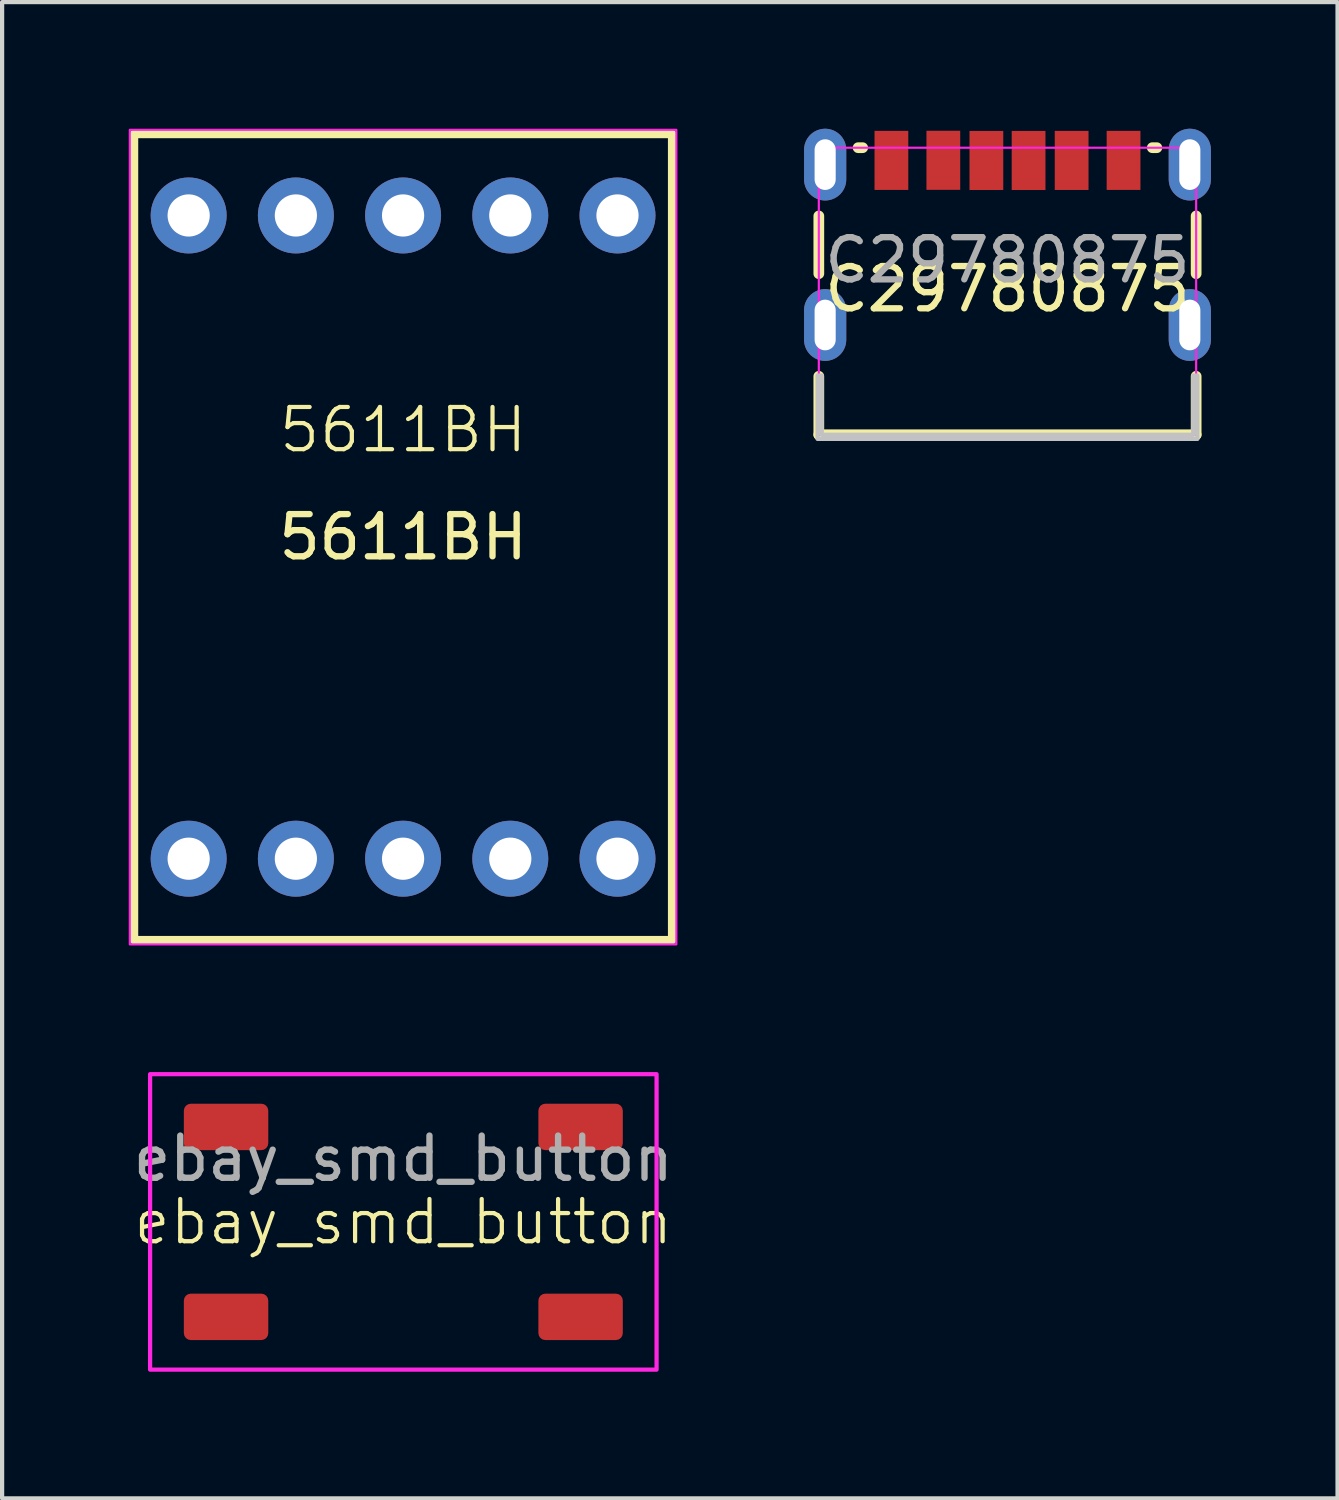
<source format=kicad_pcb>
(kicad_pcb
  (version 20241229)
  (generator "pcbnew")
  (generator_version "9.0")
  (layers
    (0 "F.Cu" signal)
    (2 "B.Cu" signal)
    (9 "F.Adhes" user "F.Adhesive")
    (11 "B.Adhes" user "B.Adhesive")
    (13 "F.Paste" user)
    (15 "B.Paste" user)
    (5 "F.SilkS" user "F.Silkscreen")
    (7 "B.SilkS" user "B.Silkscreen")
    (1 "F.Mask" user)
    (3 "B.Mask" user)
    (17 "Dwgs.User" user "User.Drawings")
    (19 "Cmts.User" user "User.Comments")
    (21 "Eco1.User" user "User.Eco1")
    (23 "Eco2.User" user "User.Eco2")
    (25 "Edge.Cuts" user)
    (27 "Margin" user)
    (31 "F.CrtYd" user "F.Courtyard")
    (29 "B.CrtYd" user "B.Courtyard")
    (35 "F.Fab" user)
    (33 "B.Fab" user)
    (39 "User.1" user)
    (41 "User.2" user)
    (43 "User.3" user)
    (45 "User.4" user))
  (footprint "ebay_smd_button"
    (layer "F.Cu")
    (at 6.506 25.9)
    (property "Reference" "ebay_smd_button" (at 0 0 0) (unlocked yes) (layer "F.SilkS") (effects (font (size 1 1) (thickness 0.1))))
    (attr through_hole)
    (fp_rect (start -6 -3.5) (end 6 3.5) (stroke (width 0.1) (type solid)) (fill no) (layer "F.CrtYd"))
    (fp_text user "${REFERENCE}" (at 0 -1.5 0) (unlocked yes) (layer "F.Fab") (effects (font (size 1 1) (thickness 0.15))))
    (pad "1" smd roundrect (at -4.2 -2.25) (size 2 1.1) (layers "F.Cu" "F.Mask" "F.Paste") (roundrect_rratio 0.15))
    (pad "1" smd roundrect (at 4.2 -2.25) (size 2 1.1) (layers "F.Cu" "F.Mask" "F.Paste") (roundrect_rratio 0.15))
    (pad "2" smd roundrect (at -4.2 2.25) (size 2 1.1) (layers "F.Cu" "F.Mask" "F.Paste") (roundrect_rratio 0.15))
    (pad "2" smd roundrect (at 4.2 2.25) (size 2 1.1) (layers "F.Cu" "F.Mask" "F.Paste") (roundrect_rratio 0.15)))
  (footprint "C29780875"
    (layer "F.Cu")
    (at 20.82 2.699)
    (property "Reference" "C29780875" (at 0 1.1 0) (layer "F.SilkS") (effects (font (size 1 1) (thickness 0.15))))
    (fp_line (start -4.47 0.735) (end -4.47 -0.632) (stroke (width 0.254) (type default)) (layer "F.SilkS"))
    (fp_line (start -4.47 4.551) (end -4.47 3.167) (stroke (width 0.254) (type default)) (layer "F.SilkS"))
    (fp_line (start -3.539 -2.25) (end -3.431 -2.25) (stroke (width 0.254) (type default)) (layer "F.SilkS"))
    (fp_line (start 3.431 -2.25) (end 3.539 -2.25) (stroke (width 0.254) (type default)) (layer "F.SilkS"))
    (fp_line (start 4.47 0.735) (end 4.47 -0.632) (stroke (width 0.254) (type default)) (layer "F.SilkS"))
    (fp_line (start 4.47 4.551) (end -4.47 4.551) (stroke (width 0.254) (type default)) (layer "F.SilkS"))
    (fp_line (start 4.47 4.551) (end 4.47 3.167) (stroke (width 0.254) (type default)) (layer "F.SilkS"))
    (fp_poly (pts (xy -3.15 -2.649) (xy -3.15 -1.249) (xy -2.35 -1.249) (xy -2.35 -2.649)) (stroke (width 0) (type default)) (fill yes) (layer "F.Paste"))
    (fp_poly (pts (xy -1.12 -1.251) (xy -1.12 -2.651) (xy -1.92 -2.651) (xy -1.92 -1.251)) (stroke (width 0) (type default)) (fill yes) (layer "F.Paste"))
    (fp_poly (pts (xy -0.1 -1.247) (xy -0.1 -2.647) (xy -0.9 -2.647) (xy -0.9 -1.247)) (stroke (width 0) (type default)) (fill yes) (layer "F.Paste"))
    (fp_poly (pts (xy 0.9 -1.247) (xy 0.9 -2.647) (xy 0.1 -2.647) (xy 0.1 -1.247)) (stroke (width 0) (type default)) (fill yes) (layer "F.Paste"))
    (fp_poly (pts (xy 1.12 -2.648) (xy 1.12 -1.248) (xy 1.92 -1.248) (xy 1.92 -2.648)) (stroke (width 0) (type default)) (fill yes) (layer "F.Paste"))
    (fp_poly (pts (xy 3.15 -1.249) (xy 3.15 -2.649) (xy 2.35 -2.649) (xy 2.35 -1.249)) (stroke (width 0) (type default)) (fill yes) (layer "F.Paste"))
    (fp_poly (pts (xy -4.5 4.65) (xy -4.5 3.19) (xy -4.5 3.15) (xy -4.4 3.15) (xy -4.4 4.55) (xy 4.4 4.55) (xy 4.4 3.15) (xy 4.5 3.15) (xy 4.5 4.65)) (stroke (width 0.1) (type default)) (fill no) (layer "Dwgs.User"))
    (fp_line (start -4.47 -2.249) (end 4.47 -2.249) (stroke (width 0.051) (type solid)) (layer "F.CrtYd"))
    (fp_line (start -4.47 4.551) (end -4.47 -2.249) (stroke (width 0.051) (type solid)) (layer "F.CrtYd"))
    (fp_line (start 4.47 -2.249) (end 4.47 4.551) (stroke (width 0.051) (type solid)) (layer "F.CrtYd"))
    (fp_line (start 4.47 4.551) (end -4.47 4.551) (stroke (width 0.051) (type solid)) (layer "F.CrtYd"))
    (fp_poly (pts (xy -4.415 -2.474) (xy -4.447 -2.506) (xy -4.493 -2.506) (xy -4.525 -2.474) (xy -4.525 -2.428) (xy -4.493 -2.396) (xy -4.447 -2.396) (xy -4.415 -2.428)) (stroke (width 0.1) (type default)) (fill no) (layer "User.3"))
    (fp_text user "${REFERENCE}" (at 0 1 0) (unlocked yes) (layer "F.Fab") (effects (font (size 1 1) (thickness 0.15)) (justify bottom)))
    (pad "A5" smd rect (at -0.5 -1.947) (size 0.8 1.4) (layers "F.Cu" "F.Mask" "F.Paste"))
    (pad "A9" smd rect (at 1.52 -1.948) (size 0.8 1.4) (layers "F.Cu" "F.Mask" "F.Paste"))
    (pad "A12" smd rect (at 2.75 -1.949) (size 0.8 1.4) (layers "F.Cu" "F.Mask" "F.Paste"))
    (pad "B5" smd rect (at 0.5 -1.947) (size 0.8 1.4) (layers "F.Cu" "F.Mask" "F.Paste"))
    (pad "B9" smd rect (at -1.52 -1.951) (size 0.8 1.4) (layers "F.Cu" "F.Mask" "F.Paste"))
    (pad "B12" smd rect (at -2.75 -1.949) (size 0.8 1.4) (layers "F.Cu" "F.Mask" "F.Paste"))
    (pad "S1" thru_hole oval (at -4.32 -1.849) (size 1 1.7) (drill oval 0.5 1.2) (layers "*.Cu" "*.Mask"))
    (pad "S1" thru_hole oval (at -4.32 1.951) (size 1 1.7) (drill oval 0.5 1.2) (layers "*.Cu" "*.Mask"))
    (pad "S1" thru_hole oval (at 4.32 -1.849) (size 1 1.7) (drill oval 0.5 1.2) (layers "*.Cu" "*.Mask"))
    (pad "S1" thru_hole oval (at 4.32 1.951) (size 1 1.7) (drill oval 0.5 1.2) (layers "*.Cu" "*.Mask")))
  (footprint "5611BH"
    (layer "F.Cu")
    (at 6.5 9.675)
    (property "Reference" "5611BH" (at 0 -2.54 0) (unlocked yes) (layer "F.SilkS") (effects (font (size 1 1) (thickness 0.1))))
    (attr through_hole)
    (fp_rect (start -6.375 -9.55) (end 6.375 9.55) (stroke (width 0.2) (type solid)) (fill no) (layer "F.SilkS"))
    (fp_rect (start -6.475 -9.65) (end 6.475 9.65) (stroke (width 0.05) (type solid)) (fill no) (layer "F.CrtYd"))
    (fp_text user "${REFERENCE}" (at 0 0 0) (unlocked yes) (layer "F.SilkS") (effects (font (size 1 1) (thickness 0.15))))
    (pad "1" thru_hole circle (at -5.08 7.62) (size 1.8 1.8) (drill 1) (layers "*.Cu" "*.Mask"))
    (pad "2" thru_hole circle (at -2.54 7.62) (size 1.8 1.8) (drill 1) (layers "*.Cu" "*.Mask"))
    (pad "4" thru_hole circle (at 2.54 7.62) (size 1.8 1.8) (drill 1) (layers "*.Cu" "*.Mask"))
    (pad "5" thru_hole circle (at 5.08 7.62) (size 1.8 1.8) (drill 1) (layers "*.Cu" "*.Mask"))
    (pad "6" thru_hole circle (at 5.08 -7.62) (size 1.8 1.8) (drill 1) (layers "*.Cu" "*.Mask"))
    (pad "7" thru_hole circle (at 2.54 -7.62) (size 1.8 1.8) (drill 1) (layers "*.Cu" "*.Mask"))
    (pad "9" thru_hole circle (at -2.54 -7.62) (size 1.8 1.8) (drill 1) (layers "*.Cu" "*.Mask"))
    (pad "10" thru_hole circle (at -5.08 -7.62) (size 1.8 1.8) (drill 1) (layers "*.Cu" "*.Mask"))
    (pad "COM" thru_hole circle (at 0 -7.62) (size 1.8 1.8) (drill 1) (layers "*.Cu" "*.Mask"))
    (pad "COM" thru_hole circle (at 0 7.62) (size 1.8 1.8) (drill 1) (layers "*.Cu" "*.Mask")))
  (gr_rect
    (start -3 -3)
    (end 28.64 32.45)
    (stroke (width 0.1) (type default))
    (fill no)
    (layer "Edge.Cuts")))
</source>
